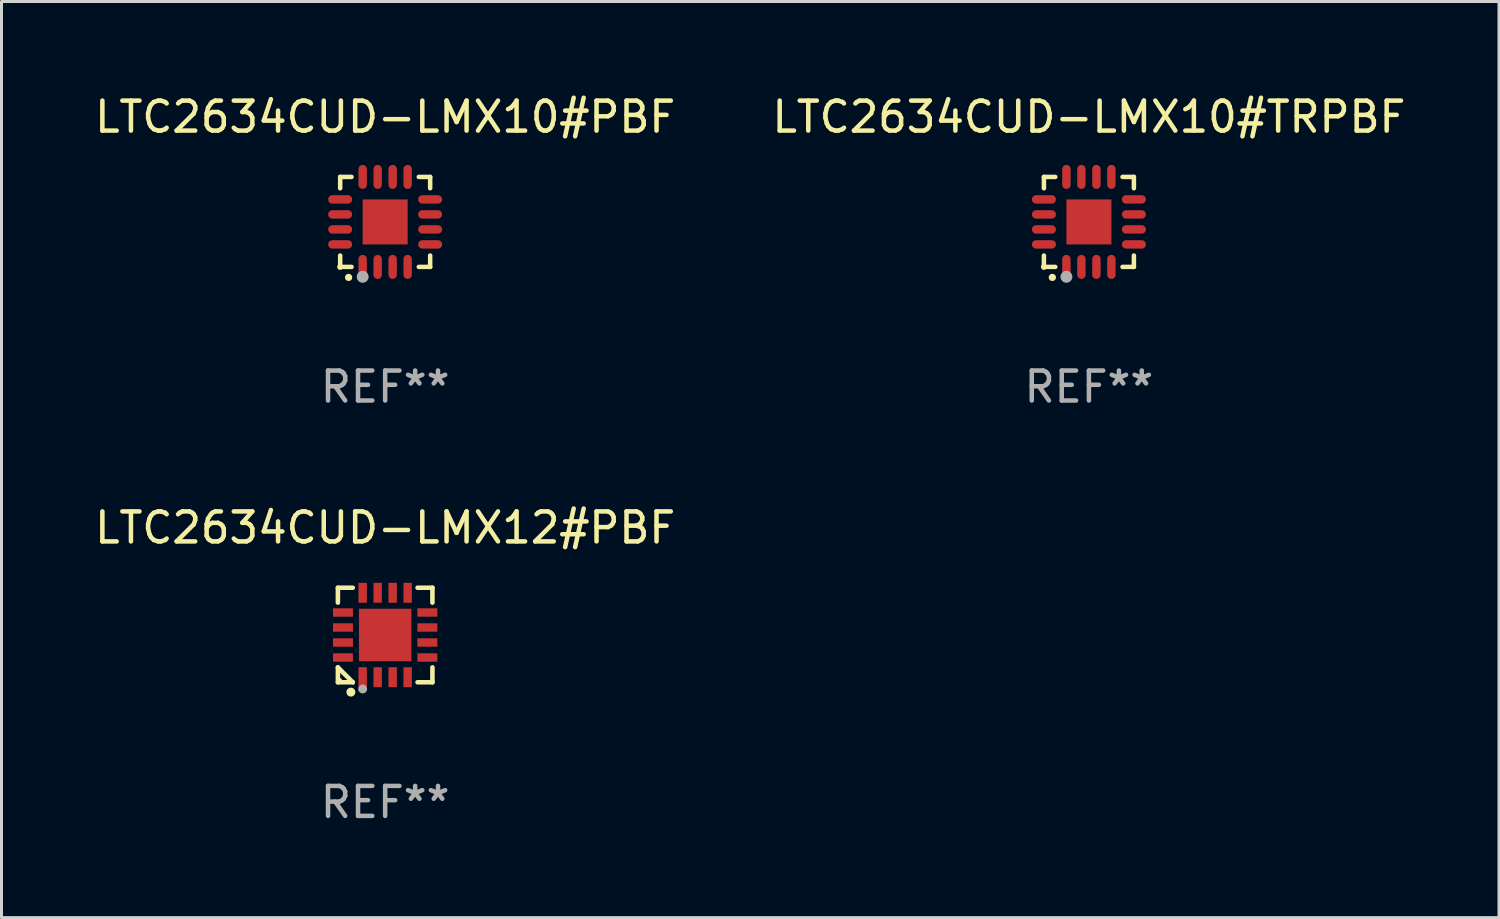
<source format=kicad_pcb>
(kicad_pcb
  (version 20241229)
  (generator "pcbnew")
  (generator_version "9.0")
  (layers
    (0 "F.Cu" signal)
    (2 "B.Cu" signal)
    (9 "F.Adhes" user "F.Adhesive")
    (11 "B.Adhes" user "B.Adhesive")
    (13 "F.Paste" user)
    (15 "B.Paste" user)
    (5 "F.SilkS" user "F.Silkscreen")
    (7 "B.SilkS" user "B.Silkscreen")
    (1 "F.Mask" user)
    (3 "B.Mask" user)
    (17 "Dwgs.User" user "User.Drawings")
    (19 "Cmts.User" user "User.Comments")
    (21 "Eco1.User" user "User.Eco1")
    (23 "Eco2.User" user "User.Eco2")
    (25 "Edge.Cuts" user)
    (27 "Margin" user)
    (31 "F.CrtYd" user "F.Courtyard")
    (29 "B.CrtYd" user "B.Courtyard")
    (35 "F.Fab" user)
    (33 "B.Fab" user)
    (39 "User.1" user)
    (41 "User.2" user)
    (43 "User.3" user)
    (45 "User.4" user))
  (footprint "LTC2634CUD-LMX10#PBF"
    (layer "F.Cu")
    (at 9.792 4.349)
    (property "Reference" "LTC2634CUD-LMX10#PBF" (at 0 -3.5 0) (layer "F.SilkS") (effects (font (size 1 1) (thickness 0.15))))
    (attr through_hole)
    (fp_line (start -1.5 -1.5) (end -1.121 -1.5) (stroke (width 0.15) (type solid)) (layer "F.SilkS"))
    (fp_line (start -1.5 -1.122) (end -1.5 -1.5) (stroke (width 0.15) (type solid)) (layer "F.SilkS"))
    (fp_line (start -1.5 1.5) (end -1.5 1.121) (stroke (width 0.15) (type solid)) (layer "F.SilkS"))
    (fp_line (start -1.121 1.5) (end -1.5 1.5) (stroke (width 0.15) (type solid)) (layer "F.SilkS"))
    (fp_line (start 1.121 -1.5) (end 1.5 -1.5) (stroke (width 0.15) (type solid)) (layer "F.SilkS"))
    (fp_line (start 1.5 -1.5) (end 1.5 -1.122) (stroke (width 0.15) (type solid)) (layer "F.SilkS"))
    (fp_line (start 1.5 1.121) (end 1.5 1.5) (stroke (width 0.15) (type solid)) (layer "F.SilkS"))
    (fp_line (start 1.5 1.5) (end 1.121 1.5) (stroke (width 0.15) (type solid)) (layer "F.SilkS"))
    (fp_arc (start -1.219926 1.850254) (mid -1.21891 1.85025) (end -1.217894 1.850254) (stroke (width 0.240005) (type solid)) (layer "F.SilkS"))
    (fp_circle (center -1.5 1.5) (end -1.45 1.5) (stroke (width 0.1) (type solid)) (fill no) (layer "F.SilkS"))
    (fp_circle (center -0.75 1.83) (end -0.65 1.83) (stroke (width 0.2) (type solid)) (fill no) (layer "F.Fab"))
    (fp_text user "REF**" (at 0 5.5 0) (layer "F.Fab") (effects (font (size 1 1) (thickness 0.15))))
    (pad "1" smd oval (at -0.75 1.5) (size 0.28 0.8) (layers "F.Cu" "F.Mask" "F.Paste"))
    (pad "2" smd oval (at -0.25 1.5) (size 0.28 0.8) (layers "F.Cu" "F.Mask" "F.Paste"))
    (pad "3" smd oval (at 0.25 1.5) (size 0.28 0.8) (layers "F.Cu" "F.Mask" "F.Paste"))
    (pad "4" smd oval (at 0.75 1.5) (size 0.28 0.8) (layers "F.Cu" "F.Mask" "F.Paste"))
    (pad "5" smd oval (at 1.5 0.75) (size 0.8 0.28) (layers "F.Cu" "F.Mask" "F.Paste"))
    (pad "6" smd oval (at 1.5 0.25) (size 0.8 0.28) (layers "F.Cu" "F.Mask" "F.Paste"))
    (pad "7" smd oval (at 1.5 -0.25) (size 0.8 0.28) (layers "F.Cu" "F.Mask" "F.Paste"))
    (pad "8" smd oval (at 1.5 -0.75) (size 0.8 0.28) (layers "F.Cu" "F.Mask" "F.Paste"))
    (pad "9" smd oval (at 0.75 -1.5) (size 0.28 0.8) (layers "F.Cu" "F.Mask" "F.Paste"))
    (pad "10" smd oval (at 0.25 -1.5) (size 0.28 0.8) (layers "F.Cu" "F.Mask" "F.Paste"))
    (pad "11" smd oval (at -0.25 -1.5) (size 0.28 0.8) (layers "F.Cu" "F.Mask" "F.Paste"))
    (pad "12" smd oval (at -0.75 -1.5) (size 0.28 0.8) (layers "F.Cu" "F.Mask" "F.Paste"))
    (pad "13" smd oval (at -1.5 -0.75) (size 0.8 0.28) (layers "F.Cu" "F.Mask" "F.Paste"))
    (pad "14" smd oval (at -1.5 -0.25) (size 0.8 0.28) (layers "F.Cu" "F.Mask" "F.Paste"))
    (pad "15" smd oval (at -1.5 0.25) (size 0.8 0.28) (layers "F.Cu" "F.Mask" "F.Paste"))
    (pad "16" smd oval (at -1.5 0.75) (size 0.8 0.28) (layers "F.Cu" "F.Mask" "F.Paste"))
    (pad "17" smd rect (at -0.000064 0.000165) (size 1.5 1.5) (layers "F.Cu" "F.Mask" "F.Paste")))
  (footprint "LTC2634CUD-LMX10#TRPBF"
    (layer "F.Cu")
    (at 33.256 4.349)
    (property "Reference" "LTC2634CUD-LMX10#TRPBF" (at 0 -3.5 0) (layer "F.SilkS") (effects (font (size 1 1) (thickness 0.15))))
    (attr through_hole)
    (fp_line (start -1.5 -1.5) (end -1.121 -1.5) (stroke (width 0.15) (type solid)) (layer "F.SilkS"))
    (fp_line (start -1.5 -1.122) (end -1.5 -1.5) (stroke (width 0.15) (type solid)) (layer "F.SilkS"))
    (fp_line (start -1.5 1.5) (end -1.5 1.121) (stroke (width 0.15) (type solid)) (layer "F.SilkS"))
    (fp_line (start -1.121 1.5) (end -1.5 1.5) (stroke (width 0.15) (type solid)) (layer "F.SilkS"))
    (fp_line (start 1.121 -1.5) (end 1.5 -1.5) (stroke (width 0.15) (type solid)) (layer "F.SilkS"))
    (fp_line (start 1.5 -1.5) (end 1.5 -1.122) (stroke (width 0.15) (type solid)) (layer "F.SilkS"))
    (fp_line (start 1.5 1.121) (end 1.5 1.5) (stroke (width 0.15) (type solid)) (layer "F.SilkS"))
    (fp_line (start 1.5 1.5) (end 1.121 1.5) (stroke (width 0.15) (type solid)) (layer "F.SilkS"))
    (fp_arc (start -1.219926 1.850254) (mid -1.21891 1.85025) (end -1.217894 1.850254) (stroke (width 0.240005) (type solid)) (layer "F.SilkS"))
    (fp_circle (center -1.5 1.5) (end -1.45 1.5) (stroke (width 0.1) (type solid)) (fill no) (layer "F.SilkS"))
    (fp_circle (center -0.75 1.83) (end -0.65 1.83) (stroke (width 0.2) (type solid)) (fill no) (layer "F.Fab"))
    (fp_text user "REF**" (at 0 5.5 0) (layer "F.Fab") (effects (font (size 1 1) (thickness 0.15))))
    (pad "1" smd oval (at -0.75 1.5) (size 0.28 0.8) (layers "F.Cu" "F.Mask" "F.Paste"))
    (pad "2" smd oval (at -0.25 1.5) (size 0.28 0.8) (layers "F.Cu" "F.Mask" "F.Paste"))
    (pad "3" smd oval (at 0.25 1.5) (size 0.28 0.8) (layers "F.Cu" "F.Mask" "F.Paste"))
    (pad "4" smd oval (at 0.75 1.5) (size 0.28 0.8) (layers "F.Cu" "F.Mask" "F.Paste"))
    (pad "5" smd oval (at 1.5 0.75) (size 0.8 0.28) (layers "F.Cu" "F.Mask" "F.Paste"))
    (pad "6" smd oval (at 1.5 0.25) (size 0.8 0.28) (layers "F.Cu" "F.Mask" "F.Paste"))
    (pad "7" smd oval (at 1.5 -0.25) (size 0.8 0.28) (layers "F.Cu" "F.Mask" "F.Paste"))
    (pad "8" smd oval (at 1.5 -0.75) (size 0.8 0.28) (layers "F.Cu" "F.Mask" "F.Paste"))
    (pad "9" smd oval (at 0.75 -1.5) (size 0.28 0.8) (layers "F.Cu" "F.Mask" "F.Paste"))
    (pad "10" smd oval (at 0.25 -1.5) (size 0.28 0.8) (layers "F.Cu" "F.Mask" "F.Paste"))
    (pad "11" smd oval (at -0.25 -1.5) (size 0.28 0.8) (layers "F.Cu" "F.Mask" "F.Paste"))
    (pad "12" smd oval (at -0.75 -1.5) (size 0.28 0.8) (layers "F.Cu" "F.Mask" "F.Paste"))
    (pad "13" smd oval (at -1.5 -0.75) (size 0.8 0.28) (layers "F.Cu" "F.Mask" "F.Paste"))
    (pad "14" smd oval (at -1.5 -0.25) (size 0.8 0.28) (layers "F.Cu" "F.Mask" "F.Paste"))
    (pad "15" smd oval (at -1.5 0.25) (size 0.8 0.28) (layers "F.Cu" "F.Mask" "F.Paste"))
    (pad "16" smd oval (at -1.5 0.75) (size 0.8 0.28) (layers "F.Cu" "F.Mask" "F.Paste"))
    (pad "17" smd rect (at -0.000064 0.000165) (size 1.5 1.5) (layers "F.Cu" "F.Mask" "F.Paste")))
  (footprint "LTC2634CUD-LMX12#PBF"
    (layer "F.Cu")
    (at 9.792 18.122)
    (property "Reference" "LTC2634CUD-LMX12#PBF" (at 0 -3.576 0) (layer "F.SilkS") (effects (font (size 1 1) (thickness 0.15))))
    (attr through_hole)
    (fp_line (start -1.576 -1.576) (end -1.08 -1.576) (stroke (width 0.152) (type solid)) (layer "F.SilkS"))
    (fp_line (start -1.576 -1.08) (end -1.576 -1.576) (stroke (width 0.152) (type solid)) (layer "F.SilkS"))
    (fp_line (start -1.576 1.08) (end -1.576 1.576) (stroke (width 0.152) (type solid)) (layer "F.SilkS"))
    (fp_line (start -1.576 1.576) (end -1.08 1.576) (stroke (width 0.152) (type solid)) (layer "F.SilkS"))
    (fp_line (start -1.08 1.576) (end -1.576 1.08) (stroke (width 0.152) (type solid)) (layer "F.SilkS"))
    (fp_line (start 1.576 -1.576) (end 1.08 -1.576) (stroke (width 0.152) (type solid)) (layer "F.SilkS"))
    (fp_line (start 1.576 -1.08) (end 1.576 -1.576) (stroke (width 0.152) (type solid)) (layer "F.SilkS"))
    (fp_line (start 1.576 1.08) (end 1.576 1.576) (stroke (width 0.152) (type solid)) (layer "F.SilkS"))
    (fp_line (start 1.576 1.576) (end 1.08 1.576) (stroke (width 0.152) (type solid)) (layer "F.SilkS"))
    (fp_circle (center -1.5 1.5) (end -1.47 1.5) (stroke (width 0.06) (type solid)) (fill no) (layer "F.SilkS"))
    (fp_circle (center -1.143 1.905) (end -1.068 1.905) (stroke (width 0.15) (type solid)) (fill no) (layer "F.SilkS"))
    (fp_circle (center -0.75 1.8) (end -0.675 1.8) (stroke (width 0.15) (type solid)) (fill no) (layer "F.Fab"))
    (fp_text user "REF**" (at 0 5.576 0) (layer "F.Fab") (effects (font (size 1 1) (thickness 0.15))))
    (pad "1" smd rect (at -0.75 1.407) (size 0.28 0.665) (layers "F.Cu" "F.Mask" "F.Paste"))
    (pad "2" smd rect (at -0.25 1.407) (size 0.28 0.665) (layers "F.Cu" "F.Mask" "F.Paste"))
    (pad "3" smd rect (at 0.25 1.407) (size 0.28 0.665) (layers "F.Cu" "F.Mask" "F.Paste"))
    (pad "4" smd rect (at 0.75 1.407) (size 0.28 0.665) (layers "F.Cu" "F.Mask" "F.Paste"))
    (pad "5" smd rect (at 1.407 0.75) (size 0.665 0.28) (layers "F.Cu" "F.Mask" "F.Paste"))
    (pad "6" smd rect (at 1.407 0.25) (size 0.665 0.28) (layers "F.Cu" "F.Mask" "F.Paste"))
    (pad "7" smd rect (at 1.407 -0.25) (size 0.665 0.28) (layers "F.Cu" "F.Mask" "F.Paste"))
    (pad "8" smd rect (at 1.407 -0.75) (size 0.665 0.28) (layers "F.Cu" "F.Mask" "F.Paste"))
    (pad "9" smd rect (at 0.75 -1.407) (size 0.28 0.665) (layers "F.Cu" "F.Mask" "F.Paste"))
    (pad "10" smd rect (at 0.25 -1.407) (size 0.28 0.665) (layers "F.Cu" "F.Mask" "F.Paste"))
    (pad "11" smd rect (at -0.25 -1.407) (size 0.28 0.665) (layers "F.Cu" "F.Mask" "F.Paste"))
    (pad "12" smd rect (at -0.75 -1.407) (size 0.28 0.665) (layers "F.Cu" "F.Mask" "F.Paste"))
    (pad "13" smd rect (at -1.407 -0.75) (size 0.665 0.28) (layers "F.Cu" "F.Mask" "F.Paste"))
    (pad "14" smd rect (at -1.407 -0.25) (size 0.665 0.28) (layers "F.Cu" "F.Mask" "F.Paste"))
    (pad "15" smd rect (at -1.407 0.25) (size 0.665 0.28) (layers "F.Cu" "F.Mask" "F.Paste"))
    (pad "16" smd rect (at -1.407 0.75) (size 0.665 0.28) (layers "F.Cu" "F.Mask" "F.Paste"))
    (pad "17" smd rect (at 0 0) (size 1.75 1.75) (layers "F.Cu" "F.Mask" "F.Paste")))
  (gr_rect
    (start -3 -3)
    (end 46.929 27.546)
    (stroke (width 0.1) (type default))
    (fill no)
    (layer "Edge.Cuts")))
</source>
